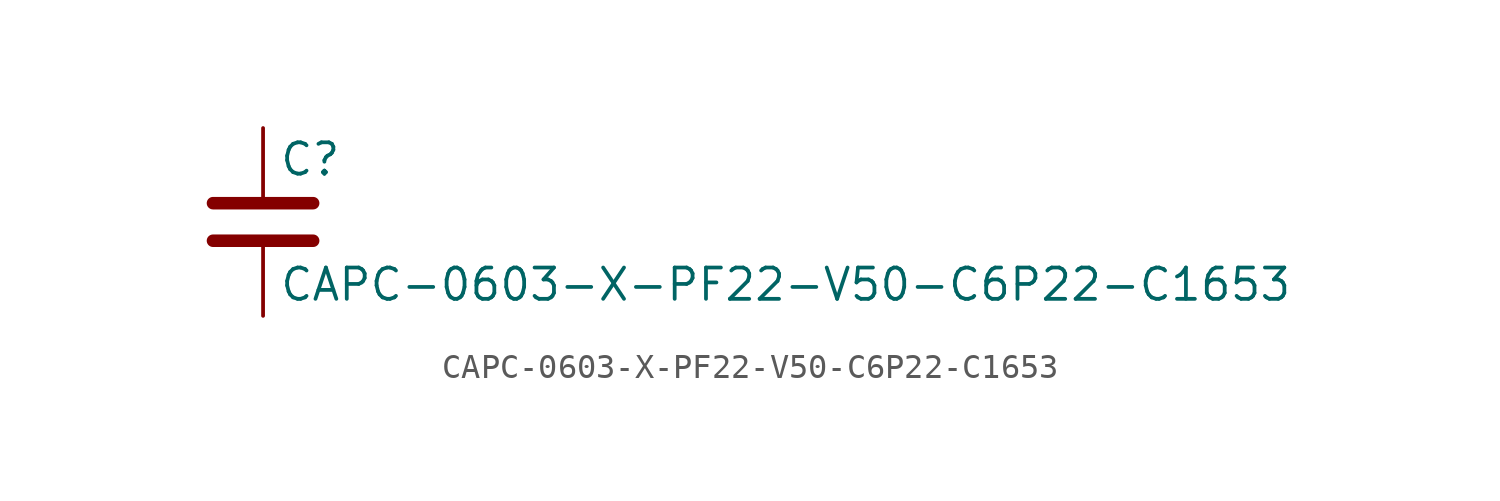
<source format=kicad_sym>
(kicad_symbol_lib
  (version 20211014)
  (generator kicad_symbol_editor)
  (symbol "CAPC-0603-X-PF22-V50-C6P22-C1653"
    (pin_numbers hide)
    (pin_names
      (offset 0.254))
    (property "Reference" "C"
      (at 0.635 2.54 0)
      (effects (font (size 1.27 1.27)) (justify left)))
    (property "Value" "CAPC-0603-X-PF22-V50-C6P22-C1653"
      (at 0.635 -2.54 0)
      (effects (font (size 1.27 1.27)) (justify left)))
    (symbol "CAPC-0603-X-PF22-V50-C6P22-C1653_0_1"
      (polyline (pts (xy -2.032 -0.762) (xy 2.032 -0.762)) (stroke (width 0.508) (type default) (color 0 0 0 0)) (fill (type none)))
      (polyline (pts (xy -2.032 0.762) (xy 2.032 0.762)) (stroke (width 0.508) (type default) (color 0 0 0 0)) (fill (type none))))
    (symbol "CAPC-0603-X-PF22-V50-C6P22-C1653_1_1"
      (pin passive line (at 0 3.81 270) (length 2.794) (name "~" (effects (font (size 1.27 1.27)))) (number "1" (effects (font (size 1.27 1.27)))))
      (pin passive line (at 0 -3.81 90) (length 2.794) (name "~" (effects (font (size 1.27 1.27)))) (number "2" (effects (font (size 1.27 1.27))))))))
</source>
